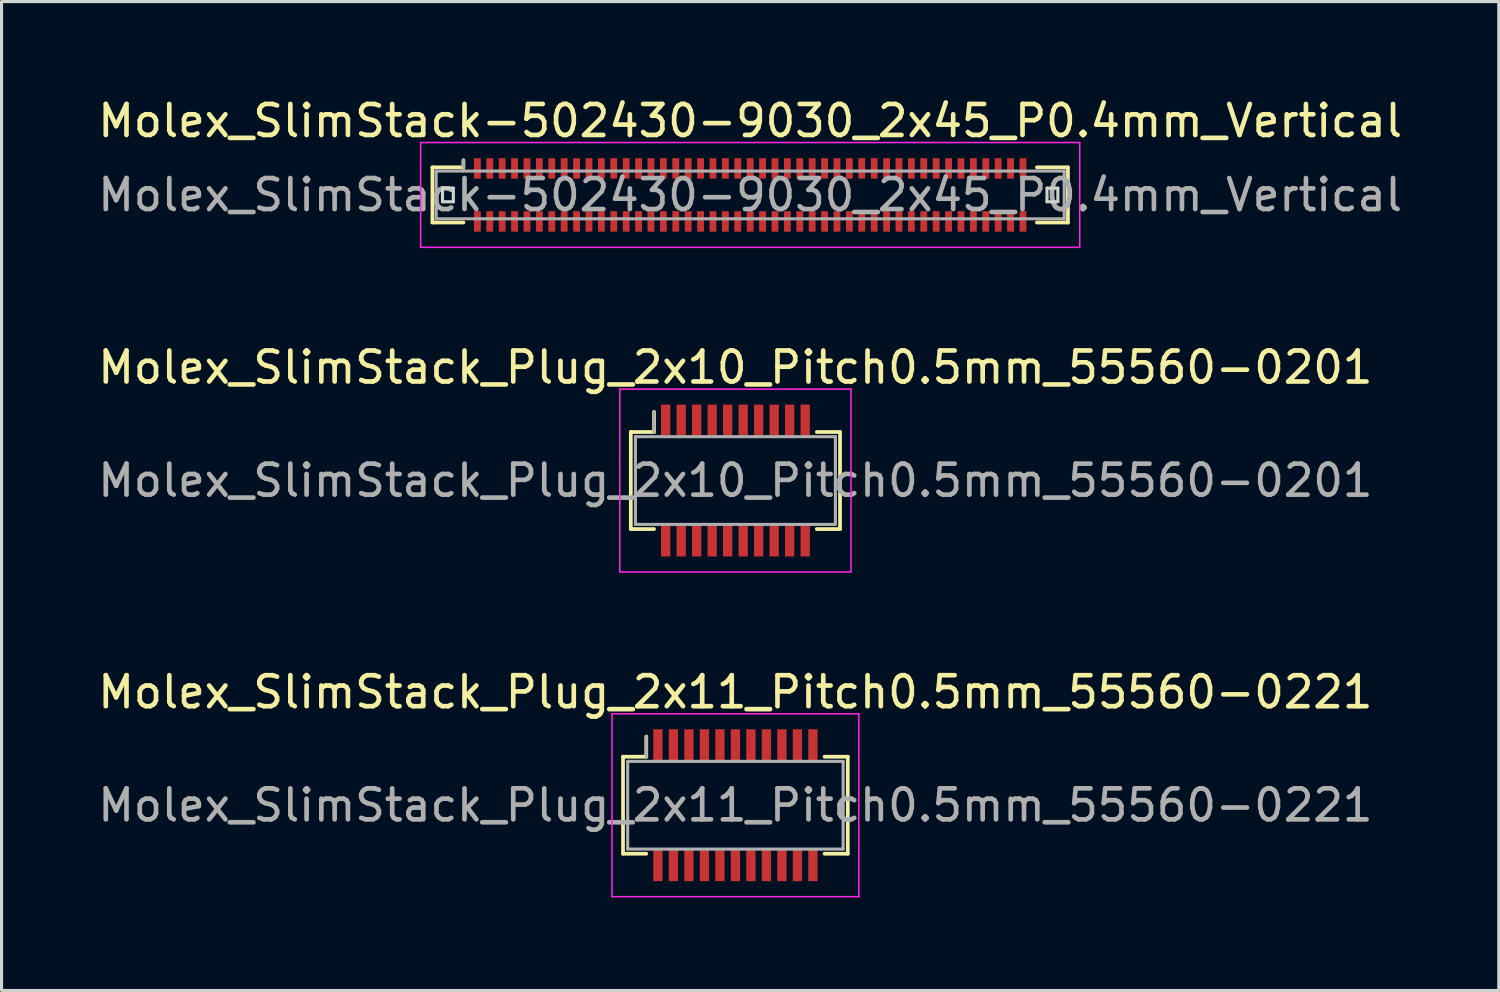
<source format=kicad_pcb>
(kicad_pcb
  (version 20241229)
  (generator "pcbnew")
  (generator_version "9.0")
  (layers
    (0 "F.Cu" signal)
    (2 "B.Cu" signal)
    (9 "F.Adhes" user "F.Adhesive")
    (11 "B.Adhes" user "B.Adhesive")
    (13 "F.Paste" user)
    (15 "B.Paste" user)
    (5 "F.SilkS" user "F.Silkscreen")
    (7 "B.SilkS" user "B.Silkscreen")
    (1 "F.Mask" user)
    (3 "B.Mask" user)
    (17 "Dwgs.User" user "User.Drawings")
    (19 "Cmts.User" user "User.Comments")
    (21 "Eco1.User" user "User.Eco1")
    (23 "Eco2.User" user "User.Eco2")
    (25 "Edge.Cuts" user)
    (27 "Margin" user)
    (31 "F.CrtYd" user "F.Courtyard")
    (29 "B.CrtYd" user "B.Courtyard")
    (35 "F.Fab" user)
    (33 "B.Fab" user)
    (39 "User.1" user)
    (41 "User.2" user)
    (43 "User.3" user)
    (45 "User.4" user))
  (footprint "Molex_SlimStack-502430-9030_2x45_P0.4mm_Vertical"
    (layer "F.Cu")
    (at 21.149 3.238)
    (property "Reference" "Molex_SlimStack-502430-9030_2x45_P0.4mm_Vertical" (at 0 -2.39 0) (layer "F.SilkS") (effects (font (size 1 1) (thickness 0.15))))
    (attr smd)
    (fp_line (start -10.25 -0.89) (end -9.25 -0.89) (stroke (width 0.12) (type solid)) (layer "F.SilkS"))
    (fp_line (start -10.25 0.89) (end -10.25 -0.89) (stroke (width 0.12) (type solid)) (layer "F.SilkS"))
    (fp_line (start -9.25 -0.89) (end -9.25 -1.12) (stroke (width 0.12) (type solid)) (layer "F.SilkS"))
    (fp_line (start -9.25 0.89) (end -10.25 0.89) (stroke (width 0.12) (type solid)) (layer "F.SilkS"))
    (fp_line (start 9.25 0.89) (end 10.25 0.89) (stroke (width 0.12) (type solid)) (layer "F.SilkS"))
    (fp_line (start 10.25 -0.89) (end 9.25 -0.89) (stroke (width 0.12) (type solid)) (layer "F.SilkS"))
    (fp_line (start 10.25 0.89) (end 10.25 -0.89) (stroke (width 0.12) (type solid)) (layer "F.SilkS"))
    (fp_line (start -9.925 -0.22) (end -9.925 0.22) (stroke (width 0.1) (type solid)) (layer "Edge.Cuts"))
    (fp_line (start -9.925 0.22) (end -9.575 0.22) (stroke (width 0.1) (type solid)) (layer "Edge.Cuts"))
    (fp_line (start -9.575 -0.22) (end -9.925 -0.22) (stroke (width 0.1) (type solid)) (layer "Edge.Cuts"))
    (fp_line (start -9.575 0.22) (end -9.575 -0.22) (stroke (width 0.1) (type solid)) (layer "Edge.Cuts"))
    (fp_line (start 9.575 -0.22) (end 9.575 0.22) (stroke (width 0.1) (type solid)) (layer "Edge.Cuts"))
    (fp_line (start 9.575 0.22) (end 9.925 0.22) (stroke (width 0.1) (type solid)) (layer "Edge.Cuts"))
    (fp_line (start 9.925 -0.22) (end 9.575 -0.22) (stroke (width 0.1) (type solid)) (layer "Edge.Cuts"))
    (fp_line (start 9.925 0.22) (end 9.925 -0.22) (stroke (width 0.1) (type solid)) (layer "Edge.Cuts"))
    (fp_line (start -10.63 -1.69) (end -10.63 1.69) (stroke (width 0.05) (type solid)) (layer "F.CrtYd"))
    (fp_line (start -10.63 1.69) (end 10.63 1.69) (stroke (width 0.05) (type solid)) (layer "F.CrtYd"))
    (fp_line (start 10.63 -1.69) (end -10.63 -1.69) (stroke (width 0.05) (type solid)) (layer "F.CrtYd"))
    (fp_line (start 10.63 1.69) (end 10.63 -1.69) (stroke (width 0.05) (type solid)) (layer "F.CrtYd"))
    (fp_line (start -10.13 -0.77) (end -10.13 0.77) (stroke (width 0.1) (type solid)) (layer "F.Fab"))
    (fp_line (start -10.13 0.77) (end 10.13 0.77) (stroke (width 0.1) (type solid)) (layer "F.Fab"))
    (fp_line (start -9.25 -0.77) (end -9.25 -1.12) (stroke (width 0.1) (type solid)) (layer "F.Fab"))
    (fp_line (start 10.13 -0.77) (end -10.13 -0.77) (stroke (width 0.1) (type solid)) (layer "F.Fab"))
    (fp_line (start 10.13 0.77) (end 10.13 -0.77) (stroke (width 0.1) (type solid)) (layer "F.Fab"))
    (fp_text user "${REFERENCE}" (at 0 0 0) (layer "F.Fab") (effects (font (size 1 1) (thickness 0.15))))
    (pad "1" smd rect (at -8.8 -0.855) (size 0.22 0.66) (layers "F.Cu" "F.Mask" "F.Paste"))
    (pad "2" smd rect (at -8.8 0.855) (size 0.22 0.66) (layers "F.Cu" "F.Mask" "F.Paste"))
    (pad "3" smd rect (at -8.4 -0.855) (size 0.22 0.66) (layers "F.Cu" "F.Mask" "F.Paste"))
    (pad "4" smd rect (at -8.4 0.855) (size 0.22 0.66) (layers "F.Cu" "F.Mask" "F.Paste"))
    (pad "5" smd rect (at -8 -0.855) (size 0.22 0.66) (layers "F.Cu" "F.Mask" "F.Paste"))
    (pad "6" smd rect (at -8 0.855) (size 0.22 0.66) (layers "F.Cu" "F.Mask" "F.Paste"))
    (pad "7" smd rect (at -7.6 -0.855) (size 0.22 0.66) (layers "F.Cu" "F.Mask" "F.Paste"))
    (pad "8" smd rect (at -7.6 0.855) (size 0.22 0.66) (layers "F.Cu" "F.Mask" "F.Paste"))
    (pad "9" smd rect (at -7.2 -0.855) (size 0.22 0.66) (layers "F.Cu" "F.Mask" "F.Paste"))
    (pad "10" smd rect (at -7.2 0.855) (size 0.22 0.66) (layers "F.Cu" "F.Mask" "F.Paste"))
    (pad "11" smd rect (at -6.8 -0.855) (size 0.22 0.66) (layers "F.Cu" "F.Mask" "F.Paste"))
    (pad "12" smd rect (at -6.8 0.855) (size 0.22 0.66) (layers "F.Cu" "F.Mask" "F.Paste"))
    (pad "13" smd rect (at -6.4 -0.855) (size 0.22 0.66) (layers "F.Cu" "F.Mask" "F.Paste"))
    (pad "14" smd rect (at -6.4 0.855) (size 0.22 0.66) (layers "F.Cu" "F.Mask" "F.Paste"))
    (pad "15" smd rect (at -6 -0.855) (size 0.22 0.66) (layers "F.Cu" "F.Mask" "F.Paste"))
    (pad "16" smd rect (at -6 0.855) (size 0.22 0.66) (layers "F.Cu" "F.Mask" "F.Paste"))
    (pad "17" smd rect (at -5.6 -0.855) (size 0.22 0.66) (layers "F.Cu" "F.Mask" "F.Paste"))
    (pad "18" smd rect (at -5.6 0.855) (size 0.22 0.66) (layers "F.Cu" "F.Mask" "F.Paste"))
    (pad "19" smd rect (at -5.2 -0.855) (size 0.22 0.66) (layers "F.Cu" "F.Mask" "F.Paste"))
    (pad "20" smd rect (at -5.2 0.855) (size 0.22 0.66) (layers "F.Cu" "F.Mask" "F.Paste"))
    (pad "21" smd rect (at -4.8 -0.855) (size 0.22 0.66) (layers "F.Cu" "F.Mask" "F.Paste"))
    (pad "22" smd rect (at -4.8 0.855) (size 0.22 0.66) (layers "F.Cu" "F.Mask" "F.Paste"))
    (pad "23" smd rect (at -4.4 -0.855) (size 0.22 0.66) (layers "F.Cu" "F.Mask" "F.Paste"))
    (pad "24" smd rect (at -4.4 0.855) (size 0.22 0.66) (layers "F.Cu" "F.Mask" "F.Paste"))
    (pad "25" smd rect (at -4 -0.855) (size 0.22 0.66) (layers "F.Cu" "F.Mask" "F.Paste"))
    (pad "26" smd rect (at -4 0.855) (size 0.22 0.66) (layers "F.Cu" "F.Mask" "F.Paste"))
    (pad "27" smd rect (at -3.6 -0.855) (size 0.22 0.66) (layers "F.Cu" "F.Mask" "F.Paste"))
    (pad "28" smd rect (at -3.6 0.855) (size 0.22 0.66) (layers "F.Cu" "F.Mask" "F.Paste"))
    (pad "29" smd rect (at -3.2 -0.855) (size 0.22 0.66) (layers "F.Cu" "F.Mask" "F.Paste"))
    (pad "30" smd rect (at -3.2 0.855) (size 0.22 0.66) (layers "F.Cu" "F.Mask" "F.Paste"))
    (pad "31" smd rect (at -2.8 -0.855) (size 0.22 0.66) (layers "F.Cu" "F.Mask" "F.Paste"))
    (pad "32" smd rect (at -2.8 0.855) (size 0.22 0.66) (layers "F.Cu" "F.Mask" "F.Paste"))
    (pad "33" smd rect (at -2.4 -0.855) (size 0.22 0.66) (layers "F.Cu" "F.Mask" "F.Paste"))
    (pad "34" smd rect (at -2.4 0.855) (size 0.22 0.66) (layers "F.Cu" "F.Mask" "F.Paste"))
    (pad "35" smd rect (at -2 -0.855) (size 0.22 0.66) (layers "F.Cu" "F.Mask" "F.Paste"))
    (pad "36" smd rect (at -2 0.855) (size 0.22 0.66) (layers "F.Cu" "F.Mask" "F.Paste"))
    (pad "37" smd rect (at -1.6 -0.855) (size 0.22 0.66) (layers "F.Cu" "F.Mask" "F.Paste"))
    (pad "38" smd rect (at -1.6 0.855) (size 0.22 0.66) (layers "F.Cu" "F.Mask" "F.Paste"))
    (pad "39" smd rect (at -1.2 -0.855) (size 0.22 0.66) (layers "F.Cu" "F.Mask" "F.Paste"))
    (pad "40" smd rect (at -1.2 0.855) (size 0.22 0.66) (layers "F.Cu" "F.Mask" "F.Paste"))
    (pad "41" smd rect (at -0.8 -0.855) (size 0.22 0.66) (layers "F.Cu" "F.Mask" "F.Paste"))
    (pad "42" smd rect (at -0.8 0.855) (size 0.22 0.66) (layers "F.Cu" "F.Mask" "F.Paste"))
    (pad "43" smd rect (at -0.4 -0.855) (size 0.22 0.66) (layers "F.Cu" "F.Mask" "F.Paste"))
    (pad "44" smd rect (at -0.4 0.855) (size 0.22 0.66) (layers "F.Cu" "F.Mask" "F.Paste"))
    (pad "45" smd rect (at 0 -0.855) (size 0.22 0.66) (layers "F.Cu" "F.Mask" "F.Paste"))
    (pad "46" smd rect (at 0 0.855) (size 0.22 0.66) (layers "F.Cu" "F.Mask" "F.Paste"))
    (pad "47" smd rect (at 0.4 -0.855) (size 0.22 0.66) (layers "F.Cu" "F.Mask" "F.Paste"))
    (pad "48" smd rect (at 0.4 0.855) (size 0.22 0.66) (layers "F.Cu" "F.Mask" "F.Paste"))
    (pad "49" smd rect (at 0.8 -0.855) (size 0.22 0.66) (layers "F.Cu" "F.Mask" "F.Paste"))
    (pad "50" smd rect (at 0.8 0.855) (size 0.22 0.66) (layers "F.Cu" "F.Mask" "F.Paste"))
    (pad "51" smd rect (at 1.2 -0.855) (size 0.22 0.66) (layers "F.Cu" "F.Mask" "F.Paste"))
    (pad "52" smd rect (at 1.2 0.855) (size 0.22 0.66) (layers "F.Cu" "F.Mask" "F.Paste"))
    (pad "53" smd rect (at 1.6 -0.855) (size 0.22 0.66) (layers "F.Cu" "F.Mask" "F.Paste"))
    (pad "54" smd rect (at 1.6 0.855) (size 0.22 0.66) (layers "F.Cu" "F.Mask" "F.Paste"))
    (pad "55" smd rect (at 2 -0.855) (size 0.22 0.66) (layers "F.Cu" "F.Mask" "F.Paste"))
    (pad "56" smd rect (at 2 0.855) (size 0.22 0.66) (layers "F.Cu" "F.Mask" "F.Paste"))
    (pad "57" smd rect (at 2.4 -0.855) (size 0.22 0.66) (layers "F.Cu" "F.Mask" "F.Paste"))
    (pad "58" smd rect (at 2.4 0.855) (size 0.22 0.66) (layers "F.Cu" "F.Mask" "F.Paste"))
    (pad "59" smd rect (at 2.8 -0.855) (size 0.22 0.66) (layers "F.Cu" "F.Mask" "F.Paste"))
    (pad "60" smd rect (at 2.8 0.855) (size 0.22 0.66) (layers "F.Cu" "F.Mask" "F.Paste"))
    (pad "61" smd rect (at 3.2 -0.855) (size 0.22 0.66) (layers "F.Cu" "F.Mask" "F.Paste"))
    (pad "62" smd rect (at 3.2 0.855) (size 0.22 0.66) (layers "F.Cu" "F.Mask" "F.Paste"))
    (pad "63" smd rect (at 3.6 -0.855) (size 0.22 0.66) (layers "F.Cu" "F.Mask" "F.Paste"))
    (pad "64" smd rect (at 3.6 0.855) (size 0.22 0.66) (layers "F.Cu" "F.Mask" "F.Paste"))
    (pad "65" smd rect (at 4 -0.855) (size 0.22 0.66) (layers "F.Cu" "F.Mask" "F.Paste"))
    (pad "66" smd rect (at 4 0.855) (size 0.22 0.66) (layers "F.Cu" "F.Mask" "F.Paste"))
    (pad "67" smd rect (at 4.4 -0.855) (size 0.22 0.66) (layers "F.Cu" "F.Mask" "F.Paste"))
    (pad "68" smd rect (at 4.4 0.855) (size 0.22 0.66) (layers "F.Cu" "F.Mask" "F.Paste"))
    (pad "69" smd rect (at 4.8 -0.855) (size 0.22 0.66) (layers "F.Cu" "F.Mask" "F.Paste"))
    (pad "70" smd rect (at 4.8 0.855) (size 0.22 0.66) (layers "F.Cu" "F.Mask" "F.Paste"))
    (pad "71" smd rect (at 5.2 -0.855) (size 0.22 0.66) (layers "F.Cu" "F.Mask" "F.Paste"))
    (pad "72" smd rect (at 5.2 0.855) (size 0.22 0.66) (layers "F.Cu" "F.Mask" "F.Paste"))
    (pad "73" smd rect (at 5.6 -0.855) (size 0.22 0.66) (layers "F.Cu" "F.Mask" "F.Paste"))
    (pad "74" smd rect (at 5.6 0.855) (size 0.22 0.66) (layers "F.Cu" "F.Mask" "F.Paste"))
    (pad "75" smd rect (at 6 -0.855) (size 0.22 0.66) (layers "F.Cu" "F.Mask" "F.Paste"))
    (pad "76" smd rect (at 6 0.855) (size 0.22 0.66) (layers "F.Cu" "F.Mask" "F.Paste"))
    (pad "77" smd rect (at 6.4 -0.855) (size 0.22 0.66) (layers "F.Cu" "F.Mask" "F.Paste"))
    (pad "78" smd rect (at 6.4 0.855) (size 0.22 0.66) (layers "F.Cu" "F.Mask" "F.Paste"))
    (pad "79" smd rect (at 6.8 -0.855) (size 0.22 0.66) (layers "F.Cu" "F.Mask" "F.Paste"))
    (pad "80" smd rect (at 6.8 0.855) (size 0.22 0.66) (layers "F.Cu" "F.Mask" "F.Paste"))
    (pad "81" smd rect (at 7.2 -0.855) (size 0.22 0.66) (layers "F.Cu" "F.Mask" "F.Paste"))
    (pad "82" smd rect (at 7.2 0.855) (size 0.22 0.66) (layers "F.Cu" "F.Mask" "F.Paste"))
    (pad "83" smd rect (at 7.6 -0.855) (size 0.22 0.66) (layers "F.Cu" "F.Mask" "F.Paste"))
    (pad "84" smd rect (at 7.6 0.855) (size 0.22 0.66) (layers "F.Cu" "F.Mask" "F.Paste"))
    (pad "85" smd rect (at 8 -0.855) (size 0.22 0.66) (layers "F.Cu" "F.Mask" "F.Paste"))
    (pad "86" smd rect (at 8 0.855) (size 0.22 0.66) (layers "F.Cu" "F.Mask" "F.Paste"))
    (pad "87" smd rect (at 8.4 -0.855) (size 0.22 0.66) (layers "F.Cu" "F.Mask" "F.Paste"))
    (pad "88" smd rect (at 8.4 0.855) (size 0.22 0.66) (layers "F.Cu" "F.Mask" "F.Paste"))
    (pad "89" smd rect (at 8.8 -0.855) (size 0.22 0.66) (layers "F.Cu" "F.Mask" "F.Paste"))
    (pad "90" smd rect (at 8.8 0.855) (size 0.22 0.66) (layers "F.Cu" "F.Mask" "F.Paste")))
  (footprint "Molex_SlimStack_Plug_2x11_Pitch0.5mm_55560-0221"
    (layer "F.Cu")
    (at 20.673 22.925)
    (property "Reference" "Molex_SlimStack_Plug_2x11_Pitch0.5mm_55560-0221" (at 0 -3.65 0) (layer "F.SilkS") (effects (font (size 1 1) (thickness 0.15))))
    (attr smd)
    (fp_line (start -3.625 -1.565) (end -2.875 -1.565) (stroke (width 0.12) (type solid)) (layer "F.SilkS"))
    (fp_line (start -3.625 1.565) (end -3.625 -1.565) (stroke (width 0.12) (type solid)) (layer "F.SilkS"))
    (fp_line (start -2.875 -1.565) (end -2.875 -2.215) (stroke (width 0.12) (type solid)) (layer "F.SilkS"))
    (fp_line (start -2.875 1.565) (end -3.625 1.565) (stroke (width 0.12) (type solid)) (layer "F.SilkS"))
    (fp_line (start 2.875 1.565) (end 3.625 1.565) (stroke (width 0.12) (type solid)) (layer "F.SilkS"))
    (fp_line (start 3.625 -1.565) (end 2.875 -1.565) (stroke (width 0.12) (type solid)) (layer "F.SilkS"))
    (fp_line (start 3.625 1.565) (end 3.625 -1.565) (stroke (width 0.12) (type solid)) (layer "F.SilkS"))
    (fp_line (start -3.98 -2.95) (end -3.98 2.95) (stroke (width 0.05) (type solid)) (layer "F.CrtYd"))
    (fp_line (start -3.98 2.95) (end 3.98 2.95) (stroke (width 0.05) (type solid)) (layer "F.CrtYd"))
    (fp_line (start 3.98 -2.95) (end -3.98 -2.95) (stroke (width 0.05) (type solid)) (layer "F.CrtYd"))
    (fp_line (start 3.98 2.95) (end 3.98 -2.95) (stroke (width 0.05) (type solid)) (layer "F.CrtYd"))
    (fp_line (start -3.475 -1.415) (end -3.475 1.415) (stroke (width 0.1) (type solid)) (layer "F.Fab"))
    (fp_line (start -3.475 1.415) (end 3.475 1.415) (stroke (width 0.1) (type solid)) (layer "F.Fab"))
    (fp_line (start -2.875 -1.565) (end -2.875 -2.215) (stroke (width 0.1) (type solid)) (layer "F.Fab"))
    (fp_line (start 3.475 -1.415) (end -3.475 -1.415) (stroke (width 0.1) (type solid)) (layer "F.Fab"))
    (fp_line (start 3.475 1.415) (end 3.475 -1.415) (stroke (width 0.1) (type solid)) (layer "F.Fab"))
    (fp_text user "${REFERENCE}" (at 0 0 0) (layer "F.Fab") (effects (font (size 1 1) (thickness 0.15))))
    (pad "1" smd rect (at -2.5 -1.95) (size 0.3 1) (layers "F.Cu" "F.Mask" "F.Paste"))
    (pad "2" smd rect (at -2.5 1.95) (size 0.3 1) (layers "F.Cu" "F.Mask" "F.Paste"))
    (pad "3" smd rect (at -2 -1.95) (size 0.3 1) (layers "F.Cu" "F.Mask" "F.Paste"))
    (pad "4" smd rect (at -2 1.95) (size 0.3 1) (layers "F.Cu" "F.Mask" "F.Paste"))
    (pad "5" smd rect (at -1.5 -1.95) (size 0.3 1) (layers "F.Cu" "F.Mask" "F.Paste"))
    (pad "6" smd rect (at -1.5 1.95) (size 0.3 1) (layers "F.Cu" "F.Mask" "F.Paste"))
    (pad "7" smd rect (at -1 -1.95) (size 0.3 1) (layers "F.Cu" "F.Mask" "F.Paste"))
    (pad "8" smd rect (at -1 1.95) (size 0.3 1) (layers "F.Cu" "F.Mask" "F.Paste"))
    (pad "9" smd rect (at -0.5 -1.95) (size 0.3 1) (layers "F.Cu" "F.Mask" "F.Paste"))
    (pad "10" smd rect (at -0.5 1.95) (size 0.3 1) (layers "F.Cu" "F.Mask" "F.Paste"))
    (pad "11" smd rect (at 0 -1.95) (size 0.3 1) (layers "F.Cu" "F.Mask" "F.Paste"))
    (pad "12" smd rect (at 0 1.95) (size 0.3 1) (layers "F.Cu" "F.Mask" "F.Paste"))
    (pad "13" smd rect (at 0.5 -1.95) (size 0.3 1) (layers "F.Cu" "F.Mask" "F.Paste"))
    (pad "14" smd rect (at 0.5 1.95) (size 0.3 1) (layers "F.Cu" "F.Mask" "F.Paste"))
    (pad "15" smd rect (at 1 -1.95) (size 0.3 1) (layers "F.Cu" "F.Mask" "F.Paste"))
    (pad "16" smd rect (at 1 1.95) (size 0.3 1) (layers "F.Cu" "F.Mask" "F.Paste"))
    (pad "17" smd rect (at 1.5 -1.95) (size 0.3 1) (layers "F.Cu" "F.Mask" "F.Paste"))
    (pad "18" smd rect (at 1.5 1.95) (size 0.3 1) (layers "F.Cu" "F.Mask" "F.Paste"))
    (pad "19" smd rect (at 2 -1.95) (size 0.3 1) (layers "F.Cu" "F.Mask" "F.Paste"))
    (pad "20" smd rect (at 2 1.95) (size 0.3 1) (layers "F.Cu" "F.Mask" "F.Paste"))
    (pad "21" smd rect (at 2.5 -1.95) (size 0.3 1) (layers "F.Cu" "F.Mask" "F.Paste"))
    (pad "22" smd rect (at 2.5 1.95) (size 0.3 1) (layers "F.Cu" "F.Mask" "F.Paste")))
  (footprint "Molex_SlimStack_Plug_2x10_Pitch0.5mm_55560-0201"
    (layer "F.Cu")
    (at 20.673 12.451)
    (property "Reference" "Molex_SlimStack_Plug_2x10_Pitch0.5mm_55560-0201" (at 0 -3.65 0) (layer "F.SilkS") (effects (font (size 1 1) (thickness 0.15))))
    (attr smd)
    (fp_line (start -3.375 -1.565) (end -2.625 -1.565) (stroke (width 0.12) (type solid)) (layer "F.SilkS"))
    (fp_line (start -3.375 1.565) (end -3.375 -1.565) (stroke (width 0.12) (type solid)) (layer "F.SilkS"))
    (fp_line (start -2.625 -1.565) (end -2.625 -2.215) (stroke (width 0.12) (type solid)) (layer "F.SilkS"))
    (fp_line (start -2.625 1.565) (end -3.375 1.565) (stroke (width 0.12) (type solid)) (layer "F.SilkS"))
    (fp_line (start 2.625 1.565) (end 3.375 1.565) (stroke (width 0.12) (type solid)) (layer "F.SilkS"))
    (fp_line (start 3.375 -1.565) (end 2.625 -1.565) (stroke (width 0.12) (type solid)) (layer "F.SilkS"))
    (fp_line (start 3.375 1.565) (end 3.375 -1.565) (stroke (width 0.12) (type solid)) (layer "F.SilkS"))
    (fp_line (start -3.73 -2.95) (end -3.73 2.95) (stroke (width 0.05) (type solid)) (layer "F.CrtYd"))
    (fp_line (start -3.73 2.95) (end 3.73 2.95) (stroke (width 0.05) (type solid)) (layer "F.CrtYd"))
    (fp_line (start 3.73 -2.95) (end -3.73 -2.95) (stroke (width 0.05) (type solid)) (layer "F.CrtYd"))
    (fp_line (start 3.73 2.95) (end 3.73 -2.95) (stroke (width 0.05) (type solid)) (layer "F.CrtYd"))
    (fp_line (start -3.225 -1.415) (end -3.225 1.415) (stroke (width 0.1) (type solid)) (layer "F.Fab"))
    (fp_line (start -3.225 1.415) (end 3.225 1.415) (stroke (width 0.1) (type solid)) (layer "F.Fab"))
    (fp_line (start -2.625 -1.565) (end -2.625 -2.215) (stroke (width 0.1) (type solid)) (layer "F.Fab"))
    (fp_line (start 3.225 -1.415) (end -3.225 -1.415) (stroke (width 0.1) (type solid)) (layer "F.Fab"))
    (fp_line (start 3.225 1.415) (end 3.225 -1.415) (stroke (width 0.1) (type solid)) (layer "F.Fab"))
    (fp_text user "${REFERENCE}" (at 0 0 0) (layer "F.Fab") (effects (font (size 1 1) (thickness 0.15))))
    (pad "1" smd rect (at -2.25 -1.95) (size 0.3 1) (layers "F.Cu" "F.Mask" "F.Paste"))
    (pad "2" smd rect (at -2.25 1.95) (size 0.3 1) (layers "F.Cu" "F.Mask" "F.Paste"))
    (pad "3" smd rect (at -1.75 -1.95) (size 0.3 1) (layers "F.Cu" "F.Mask" "F.Paste"))
    (pad "4" smd rect (at -1.75 1.95) (size 0.3 1) (layers "F.Cu" "F.Mask" "F.Paste"))
    (pad "5" smd rect (at -1.25 -1.95) (size 0.3 1) (layers "F.Cu" "F.Mask" "F.Paste"))
    (pad "6" smd rect (at -1.25 1.95) (size 0.3 1) (layers "F.Cu" "F.Mask" "F.Paste"))
    (pad "7" smd rect (at -0.75 -1.95) (size 0.3 1) (layers "F.Cu" "F.Mask" "F.Paste"))
    (pad "8" smd rect (at -0.75 1.95) (size 0.3 1) (layers "F.Cu" "F.Mask" "F.Paste"))
    (pad "9" smd rect (at -0.25 -1.95) (size 0.3 1) (layers "F.Cu" "F.Mask" "F.Paste"))
    (pad "10" smd rect (at -0.25 1.95) (size 0.3 1) (layers "F.Cu" "F.Mask" "F.Paste"))
    (pad "11" smd rect (at 0.25 -1.95) (size 0.3 1) (layers "F.Cu" "F.Mask" "F.Paste"))
    (pad "12" smd rect (at 0.25 1.95) (size 0.3 1) (layers "F.Cu" "F.Mask" "F.Paste"))
    (pad "13" smd rect (at 0.75 -1.95) (size 0.3 1) (layers "F.Cu" "F.Mask" "F.Paste"))
    (pad "14" smd rect (at 0.75 1.95) (size 0.3 1) (layers "F.Cu" "F.Mask" "F.Paste"))
    (pad "15" smd rect (at 1.25 -1.95) (size 0.3 1) (layers "F.Cu" "F.Mask" "F.Paste"))
    (pad "16" smd rect (at 1.25 1.95) (size 0.3 1) (layers "F.Cu" "F.Mask" "F.Paste"))
    (pad "17" smd rect (at 1.75 -1.95) (size 0.3 1) (layers "F.Cu" "F.Mask" "F.Paste"))
    (pad "18" smd rect (at 1.75 1.95) (size 0.3 1) (layers "F.Cu" "F.Mask" "F.Paste"))
    (pad "19" smd rect (at 2.25 -1.95) (size 0.3 1) (layers "F.Cu" "F.Mask" "F.Paste"))
    (pad "20" smd rect (at 2.25 1.95) (size 0.3 1) (layers "F.Cu" "F.Mask" "F.Paste")))
  (gr_rect
    (start -3 -3)
    (end 45.298 28.9)
    (stroke (width 0.1) (type default))
    (fill no)
    (layer "Edge.Cuts")))
</source>
